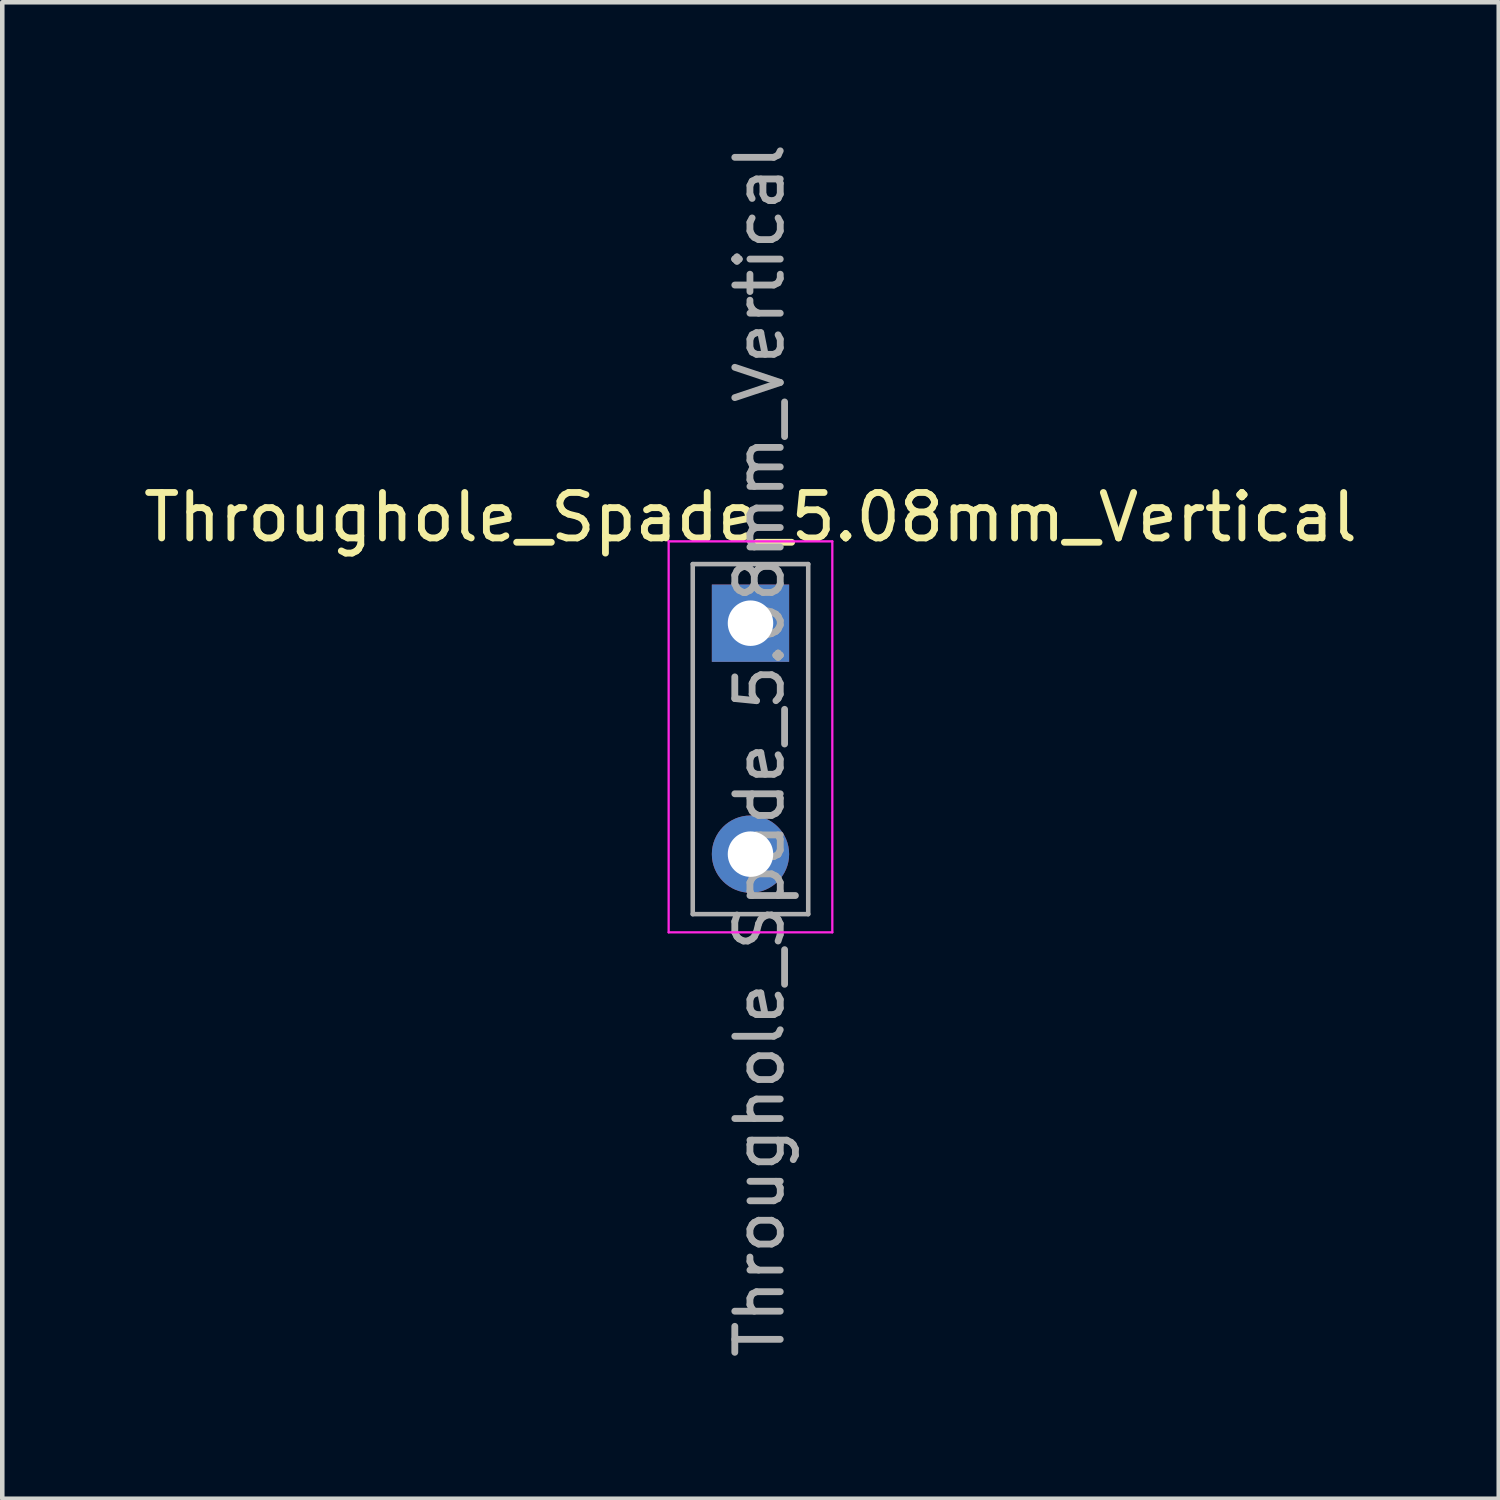
<source format=kicad_pcb>
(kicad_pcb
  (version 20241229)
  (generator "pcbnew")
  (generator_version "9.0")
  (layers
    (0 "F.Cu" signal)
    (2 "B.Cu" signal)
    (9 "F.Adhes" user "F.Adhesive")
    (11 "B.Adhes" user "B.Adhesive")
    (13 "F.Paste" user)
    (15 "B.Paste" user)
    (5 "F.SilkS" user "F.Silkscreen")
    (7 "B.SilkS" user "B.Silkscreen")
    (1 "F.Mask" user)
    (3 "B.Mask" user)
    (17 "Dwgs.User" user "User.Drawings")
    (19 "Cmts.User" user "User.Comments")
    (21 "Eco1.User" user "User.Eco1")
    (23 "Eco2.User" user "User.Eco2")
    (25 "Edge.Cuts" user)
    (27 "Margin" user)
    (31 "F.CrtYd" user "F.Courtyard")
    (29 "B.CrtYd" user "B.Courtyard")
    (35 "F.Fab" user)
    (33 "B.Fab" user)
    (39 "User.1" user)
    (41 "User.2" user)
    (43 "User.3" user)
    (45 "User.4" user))
  (footprint "Throughole_Spade_5.08mm_Vertical"
    (layer "F.Cu")
    (at 13.458 10.658)
    (property "Reference" "Throughole_Spade_5.08mm_Vertical" (at 0 -2.33 0) (layer "F.SilkS") (effects (font (size 1 1) (thickness 0.15))))
    (attr through_hole)
    (fp_line (start -1.8 -1.8) (end -1.8 6.8) (stroke (width 0.05) (type solid)) (layer "F.CrtYd"))
    (fp_line (start -1.8 6.8) (end 1.8 6.8) (stroke (width 0.05) (type solid)) (layer "F.CrtYd"))
    (fp_line (start 1.8 -1.8) (end -1.8 -1.8) (stroke (width 0.05) (type solid)) (layer "F.CrtYd"))
    (fp_line (start 1.8 6.8) (end 1.8 -1.8) (stroke (width 0.05) (type solid)) (layer "F.CrtYd"))
    (fp_line (start -1.27 -1.3) (end 1.27 -1.3) (stroke (width 0.1) (type solid)) (layer "F.Fab"))
    (fp_line (start -1.27 6.4) (end -1.27 -1.3) (stroke (width 0.1) (type solid)) (layer "F.Fab"))
    (fp_line (start 1.27 -1.3) (end 1.27 6.4) (stroke (width 0.1) (type solid)) (layer "F.Fab"))
    (fp_line (start 1.27 6.4) (end -1.27 6.4) (stroke (width 0.1) (type solid)) (layer "F.Fab"))
    (fp_text user "${REFERENCE}" (at 0.2 2.8 90) (layer "F.Fab") (effects (font (size 1 1) (thickness 0.15))))
    (pad "1" thru_hole rect (at 0 0) (size 1.7 1.7) (drill 1) (layers "*.Cu" "*.Mask"))
    (pad "1" thru_hole oval (at 0 5.08) (size 1.7 1.7) (drill 1) (layers "*.Cu" "*.Mask")))
  (gr_rect
    (start -3 -3)
    (end 29.917 29.917)
    (stroke (width 0.1) (type default))
    (fill no)
    (layer "Edge.Cuts")))
</source>
